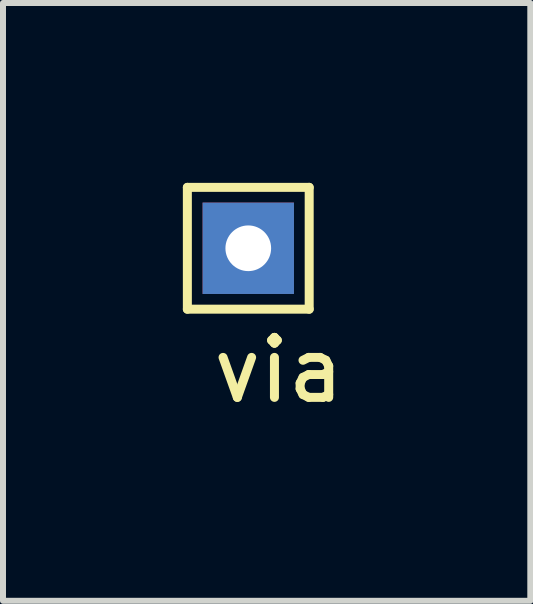
<source format=kicad_pcb>
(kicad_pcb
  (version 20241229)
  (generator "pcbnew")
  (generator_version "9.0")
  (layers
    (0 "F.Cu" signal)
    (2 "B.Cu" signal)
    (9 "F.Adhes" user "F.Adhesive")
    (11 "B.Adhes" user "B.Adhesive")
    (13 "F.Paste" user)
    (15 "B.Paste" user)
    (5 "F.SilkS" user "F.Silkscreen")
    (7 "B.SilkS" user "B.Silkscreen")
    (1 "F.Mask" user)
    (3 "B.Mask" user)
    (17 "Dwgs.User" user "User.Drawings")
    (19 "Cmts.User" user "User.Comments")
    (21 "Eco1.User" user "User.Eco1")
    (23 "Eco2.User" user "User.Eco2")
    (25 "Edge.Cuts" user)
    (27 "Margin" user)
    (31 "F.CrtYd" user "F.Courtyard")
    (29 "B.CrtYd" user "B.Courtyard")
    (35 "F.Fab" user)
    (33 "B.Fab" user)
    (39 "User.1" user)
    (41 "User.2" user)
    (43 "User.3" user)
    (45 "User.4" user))
  (footprint "via"
    (layer "F.Cu")
    (at 1.091 1.091)
    (property "Reference" "via" (at 0.508 2.032 0) (layer "F.SilkS") (effects (font (size 1 1) (thickness 0.15))))
    (attr through_hole)
    (fp_line (start -1.016 -1.016) (end -1.016 1.016) (stroke (width 0.15) (type solid)) (layer "F.SilkS"))
    (fp_line (start -1.016 1.016) (end 1.016 1.016) (stroke (width 0.15) (type solid)) (layer "F.SilkS"))
    (fp_line (start 1.016 -1.016) (end -1.016 -1.016) (stroke (width 0.15) (type solid)) (layer "F.SilkS"))
    (fp_line (start 1.016 1.016) (end 1.016 -1.016) (stroke (width 0.15) (type solid)) (layer "F.SilkS"))
    (pad "1" thru_hole rect (at 0 0 90) (size 1.524 1.524) (drill 0.762) (layers "*.Cu" "*.Mask")))
  (gr_rect
    (start -3 -3)
    (end 5.795 6.971)
    (stroke (width 0.1) (type default))
    (fill no)
    (layer "Edge.Cuts")))
</source>
